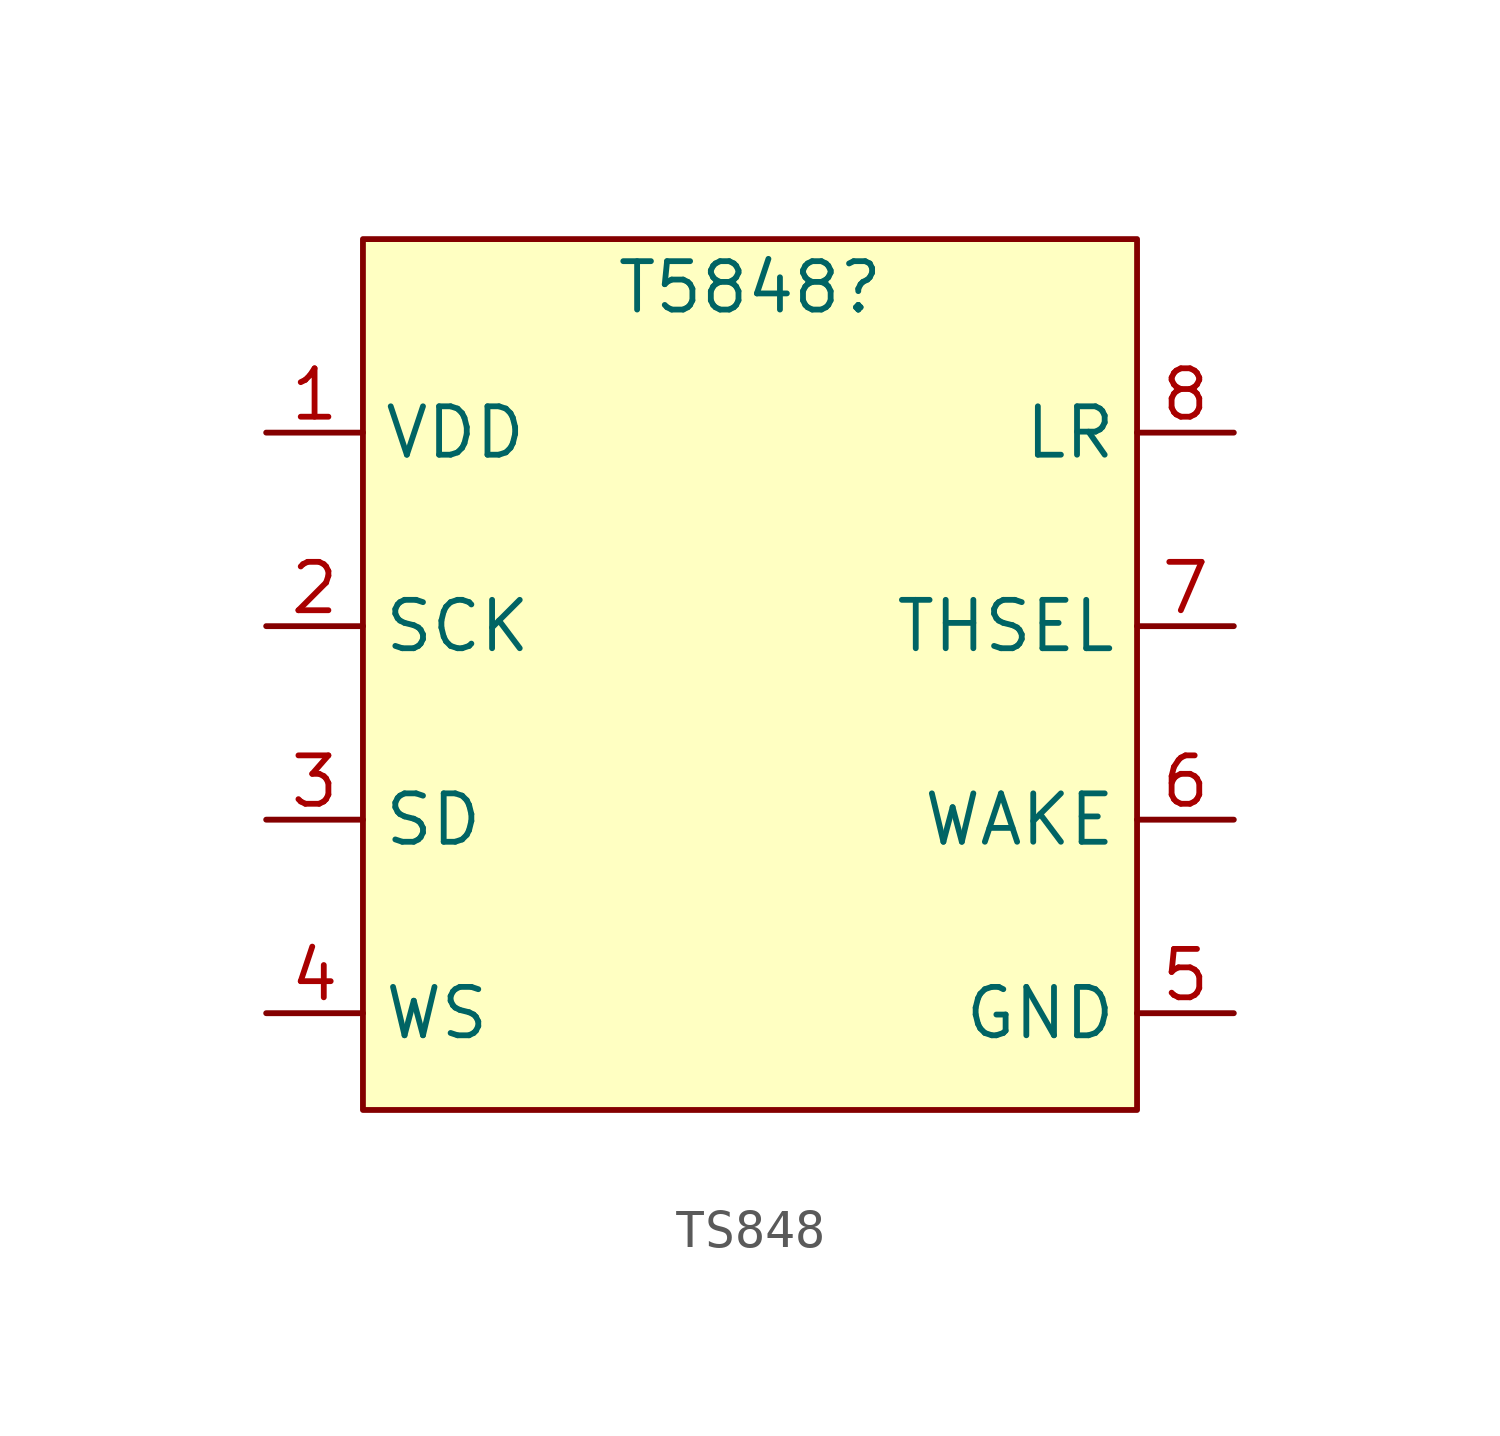
<source format=kicad_sym>
(kicad_symbol_lib
  (version 20241209)
  (generator "kicad_symbol_editor")
  (generator_version "9.0")
  (symbol "TS848"
    (property "Reference" "T5848"
      (at 0 0 0)
      (effects (font (size 1.27 1.27))))
    (property "Value" ""
      (at 0 0 0)
      (effects (font (size 1.27 1.27))))
    (symbol "TS848_0_1"
      (rectangle (start -10.16 1.27) (end 10.16 -21.59) (stroke (width 0) (type default)) (fill (type color) (color 255 255 194 1))))
    (symbol "TS848_1_1"
      (pin power_in line (at -12.7 -3.81 0) (length 2.54) (name "VDD" (effects (font (size 1.27 1.27)))) (number "1" (effects (font (size 1.27 1.27)))))
      (pin input line (at -12.7 -8.89 0) (length 2.54) (name "SCK" (effects (font (size 1.27 1.27)))) (number "2" (effects (font (size 1.27 1.27)))))
      (pin output line (at -12.7 -13.97 0) (length 2.54) (name "SD" (effects (font (size 1.27 1.27)))) (number "3" (effects (font (size 1.27 1.27)))))
      (pin input line (at -12.7 -19.05 0) (length 2.54) (name "WS" (effects (font (size 1.27 1.27)))) (number "4" (effects (font (size 1.27 1.27)))))
      (pin input line (at 12.7 -3.81 180) (length 2.54) (name "LR" (effects (font (size 1.27 1.27)))) (number "8" (effects (font (size 1.27 1.27)))))
      (pin input line (at 12.7 -8.89 180) (length 2.54) (name "THSEL" (effects (font (size 1.27 1.27)))) (number "7" (effects (font (size 1.27 1.27)))))
      (pin input line (at 12.7 -13.97 180) (length 2.54) (name "WAKE" (effects (font (size 1.27 1.27)))) (number "6" (effects (font (size 1.27 1.27)))))
      (pin power_in line (at 12.7 -19.05 180) (length 2.54) (name "GND" (effects (font (size 1.27 1.27)))) (number "5" (effects (font (size 1.27 1.27))))))))
</source>
